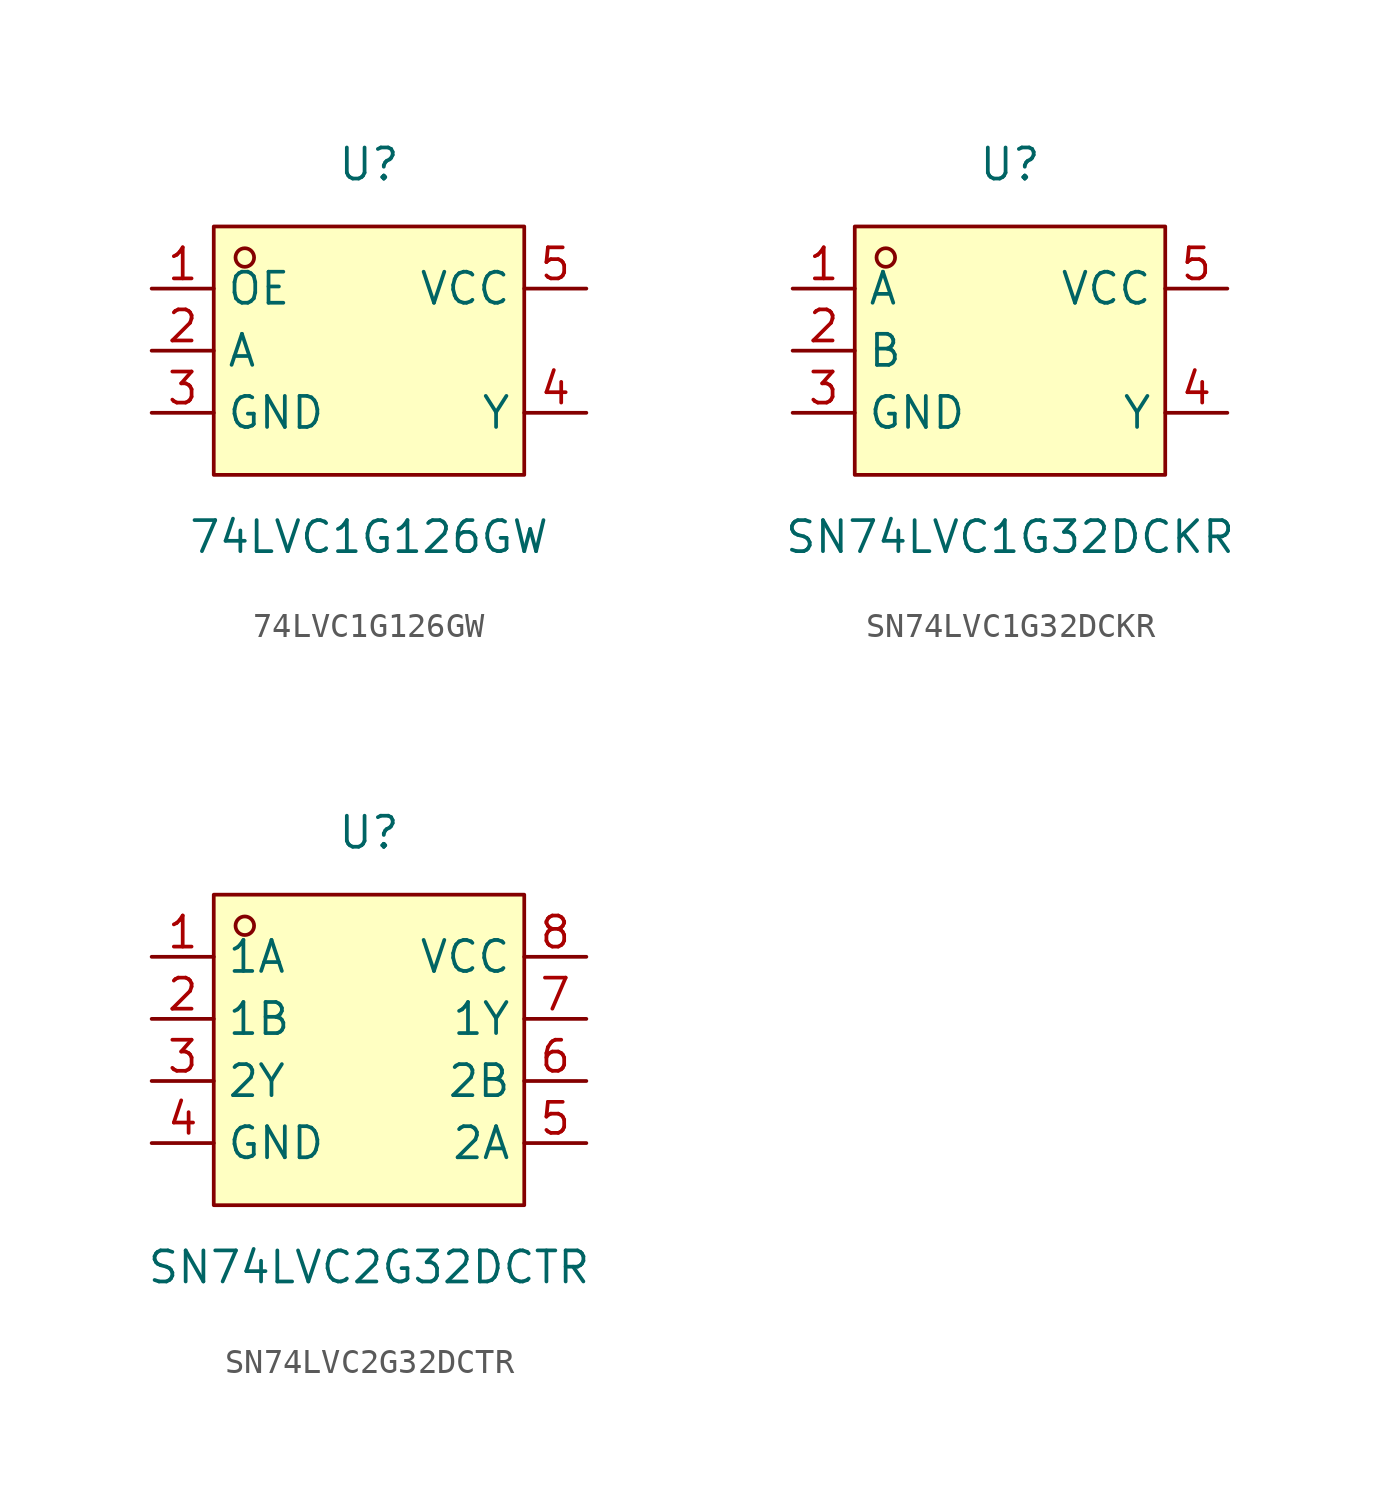
<source format=kicad_sym>
(kicad_symbol_lib
  (version 20211014)
  (generator https://github.com/uPesy/easyeda2kicad.py)
  (symbol "74LVC1G126GW"
    (property "Reference" "U"
      (at 0 7.62 0)
      (effects (font (size 1.27 1.27))))
    (property "Value" "74LVC1G126GW"
      (at 0 -7.62 0)
      (effects (font (size 1.27 1.27))))
    (symbol "74LVC1G126GW_0_1"
      (rectangle (start -6.35 5.08) (end 6.35 -5.08) (stroke (width 0) (type default) (color 0 0 0 0)) (fill (type background)))
      (circle (center -5.08 3.81) (radius 0.38) (stroke (width 0) (type default) (color 0 0 0 0)) (fill (type none)))
      (pin unspecified line (at -8.89 2.54 0) (length 2.54) (name "OE" (effects (font (size 1.27 1.27)))) (number "1" (effects (font (size 1.27 1.27)))))
      (pin unspecified line (at -8.89 -0.00 0) (length 2.54) (name "A" (effects (font (size 1.27 1.27)))) (number "2" (effects (font (size 1.27 1.27)))))
      (pin unspecified line (at -8.89 -2.54 0) (length 2.54) (name "GND" (effects (font (size 1.27 1.27)))) (number "3" (effects (font (size 1.27 1.27)))))
      (pin unspecified line (at 8.89 -2.54 180) (length 2.54) (name "Y" (effects (font (size 1.27 1.27)))) (number "4" (effects (font (size 1.27 1.27)))))
      (pin unspecified line (at 8.89 2.54 180) (length 2.54) (name "VCC" (effects (font (size 1.27 1.27)))) (number "5" (effects (font (size 1.27 1.27)))))))
  (symbol "SN74LVC1G32DCKR"
    (property "Reference" "U"
      (at 0 7.62 0)
      (effects (font (size 1.27 1.27))))
    (property "Value" "SN74LVC1G32DCKR"
      (at 0 -7.62 0)
      (effects (font (size 1.27 1.27))))
    (symbol "SN74LVC1G32DCKR_0_1"
      (rectangle (start -6.35 5.08) (end 6.35 -5.08) (stroke (width 0) (type default) (color 0 0 0 0)) (fill (type background)))
      (circle (center -5.08 3.81) (radius 0.38) (stroke (width 0) (type default) (color 0 0 0 0)) (fill (type none)))
      (pin unspecified line (at -8.89 2.54 0) (length 2.54) (name "A" (effects (font (size 1.27 1.27)))) (number "1" (effects (font (size 1.27 1.27)))))
      (pin unspecified line (at -8.89 -0.00 0) (length 2.54) (name "B" (effects (font (size 1.27 1.27)))) (number "2" (effects (font (size 1.27 1.27)))))
      (pin unspecified line (at -8.89 -2.54 0) (length 2.54) (name "GND" (effects (font (size 1.27 1.27)))) (number "3" (effects (font (size 1.27 1.27)))))
      (pin unspecified line (at 8.89 -2.54 180) (length 2.54) (name "Y" (effects (font (size 1.27 1.27)))) (number "4" (effects (font (size 1.27 1.27)))))
      (pin unspecified line (at 8.89 2.54 180) (length 2.54) (name "VCC" (effects (font (size 1.27 1.27)))) (number "5" (effects (font (size 1.27 1.27)))))))
  (symbol "SN74LVC2G32DCTR"
    (property "Reference" "U"
      (at 0 8.89 0)
      (effects (font (size 1.27 1.27))))
    (property "Value" "SN74LVC2G32DCTR"
      (at 0 -8.89 0)
      (effects (font (size 1.27 1.27))))
    (symbol "SN74LVC2G32DCTR_0_1"
      (rectangle (start -6.35 6.35) (end 6.35 -6.35) (stroke (width 0) (type default) (color 0 0 0 0)) (fill (type background)))
      (circle (center -5.08 5.08) (radius 0.38) (stroke (width 0) (type default) (color 0 0 0 0)) (fill (type none)))
      (pin unspecified line (at -8.89 3.81 0) (length 2.54) (name "1A" (effects (font (size 1.27 1.27)))) (number "1" (effects (font (size 1.27 1.27)))))
      (pin unspecified line (at -8.89 1.27 0) (length 2.54) (name "1B" (effects (font (size 1.27 1.27)))) (number "2" (effects (font (size 1.27 1.27)))))
      (pin unspecified line (at -8.89 -1.27 0) (length 2.54) (name "2Y" (effects (font (size 1.27 1.27)))) (number "3" (effects (font (size 1.27 1.27)))))
      (pin unspecified line (at -8.89 -3.81 0) (length 2.54) (name "GND" (effects (font (size 1.27 1.27)))) (number "4" (effects (font (size 1.27 1.27)))))
      (pin unspecified line (at 8.89 -3.81 180) (length 2.54) (name "2A" (effects (font (size 1.27 1.27)))) (number "5" (effects (font (size 1.27 1.27)))))
      (pin unspecified line (at 8.89 -1.27 180) (length 2.54) (name "2B" (effects (font (size 1.27 1.27)))) (number "6" (effects (font (size 1.27 1.27)))))
      (pin unspecified line (at 8.89 1.27 180) (length 2.54) (name "1Y" (effects (font (size 1.27 1.27)))) (number "7" (effects (font (size 1.27 1.27)))))
      (pin unspecified line (at 8.89 3.81 180) (length 2.54) (name "VCC" (effects (font (size 1.27 1.27)))) (number "8" (effects (font (size 1.27 1.27))))))))
</source>
